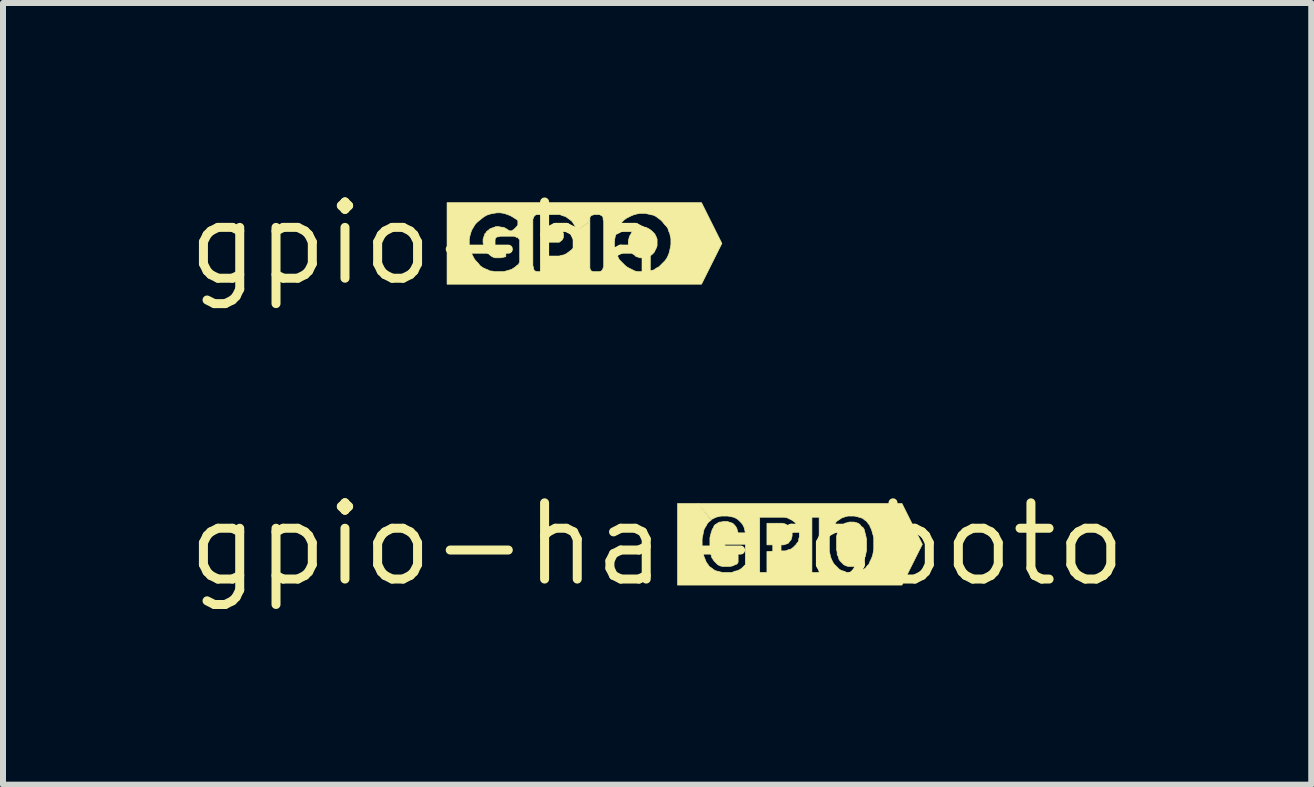
<source format=kicad_pcb>
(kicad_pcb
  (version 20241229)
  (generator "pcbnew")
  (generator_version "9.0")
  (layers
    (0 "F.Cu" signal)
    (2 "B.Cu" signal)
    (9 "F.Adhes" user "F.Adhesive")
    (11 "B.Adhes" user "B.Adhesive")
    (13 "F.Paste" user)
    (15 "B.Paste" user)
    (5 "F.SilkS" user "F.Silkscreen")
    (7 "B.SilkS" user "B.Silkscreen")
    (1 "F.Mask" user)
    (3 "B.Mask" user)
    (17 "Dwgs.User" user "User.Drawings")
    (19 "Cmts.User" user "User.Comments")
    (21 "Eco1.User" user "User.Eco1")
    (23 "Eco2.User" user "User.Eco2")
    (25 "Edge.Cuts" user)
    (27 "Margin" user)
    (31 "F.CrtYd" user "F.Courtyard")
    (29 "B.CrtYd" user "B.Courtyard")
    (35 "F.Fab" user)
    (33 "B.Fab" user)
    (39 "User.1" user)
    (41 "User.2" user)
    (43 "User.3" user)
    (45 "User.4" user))
  (footprint "gpio-ha-roboto"
    (layer "F.Cu")
    (at 7.899 6.019)
    (property "Reference" "gpio-ha-roboto" (at 0 0 0) (layer "F.SilkS") (effects (font (size 1.27 1.27) (thickness 0.15))))
    (attr board_only exclude_from_pos_files exclude_from_bom)
    (fp_poly (pts (xy 1.83 0.01) (xy 2.05 0.01) (xy 2.08 0.01) (xy 2.11 0.01) (xy 2.14 0) (xy 2.17 -0.01) (xy 2.19 -0.02) (xy 2.21 -0.05) (xy 2.23 -0.07) (xy 2.24 -0.1) (xy 2.25 -0.14) (xy 2.25 -0.18) (xy 2.24 -0.22) (xy 2.23 -0.25) (xy 2.22 -0.28) (xy 2.19 -0.3) (xy 2.17 -0.32) (xy 2.13 -0.34) (xy 2.09 -0.35) (xy 2.05 -0.35) (xy 1.83 -0.35) (xy 1.83 0.01)) (stroke (width 0.01) (type solid)) (fill yes) (layer "F.SilkS"))
    (fp_poly (pts (xy 3.49 -0.03) (xy 3.49 -0.08) (xy 3.48 -0.13) (xy 3.47 -0.17) (xy 3.46 -0.21) (xy 3.45 -0.25) (xy 3.43 -0.28) (xy 3.4 -0.3) (xy 3.38 -0.33) (xy 3.35 -0.35) (xy 3.32 -0.36) (xy 3.28 -0.37) (xy 3.24 -0.37) (xy 3.2 -0.37) (xy 3.17 -0.36) (xy 3.13 -0.35) (xy 3.1 -0.33) (xy 3.08 -0.31) (xy 3.06 -0.29) (xy 3.04 -0.26) (xy 3.03 -0.24) (xy 3.01 -0.2) (xy 3 -0.17) (xy 2.99 -0.13) (xy 2.99 -0.09) (xy 2.99 -0.05) (xy 2.99 0.05) (xy 2.99 0.09) (xy 3 0.13) (xy 3 0.17) (xy 3.02 0.21) (xy 3.03 0.25) (xy 3.05 0.28) (xy 3.08 0.31) (xy 3.11 0.34) (xy 3.15 0.36) (xy 3.19 0.37) (xy 3.22 0.37) (xy 3.24 0.37) (xy 3.27 0.37) (xy 3.29 0.37) (xy 3.32 0.36) (xy 3.34 0.35) (xy 3.36 0.34) (xy 3.38 0.33) (xy 3.4 0.31) (xy 3.43 0.28) (xy 3.45 0.24) (xy 3.47 0.2) (xy 3.48 0.15) (xy 3.49 0.1) (xy 3.49 0.05) (xy 3.49 -0.03)) (stroke (width 0.01) (type solid)) (fill yes) (layer "F.SilkS"))
    (fp_poly (pts (xy 0.68 -0.68) (xy 0.34 -0.68) (xy 0.34 0.68) (xy 4.08 0.68) (xy 4.42 0) (xy 4.08 -0.68) (xy 0.68 -0.68) (xy 0.9 -0.41) (xy 0.94 -0.43) (xy 0.98 -0.45) (xy 1.02 -0.46) (xy 1.07 -0.47) (xy 1.12 -0.47) (xy 1.18 -0.47) (xy 1.23 -0.46) (xy 1.28 -0.45) (xy 1.32 -0.43) (xy 1.35 -0.41) (xy 1.38 -0.38) (xy 1.41 -0.35) (xy 1.43 -0.32) (xy 1.45 -0.28) (xy 1.46 -0.24) (xy 1.47 -0.19) (xy 1.35 -0.19) (xy 1.34 -0.22) (xy 1.33 -0.26) (xy 1.32 -0.28) (xy 1.3 -0.31) (xy 1.28 -0.33) (xy 1.26 -0.35) (xy 1.23 -0.36) (xy 1.2 -0.37) (xy 1.17 -0.38) (xy 1.14 -0.38) (xy 1.1 -0.38) (xy 1.07 -0.37) (xy 1.04 -0.37) (xy 1.02 -0.36) (xy 0.99 -0.34) (xy 0.97 -0.33) (xy 0.95 -0.31) (xy 0.94 -0.28) (xy 0.92 -0.25) (xy 0.91 -0.22) (xy 0.9 -0.19) (xy 0.89 -0.15) (xy 0.88 -0.11) (xy 0.88 -0.07) (xy 0.88 0.06) (xy 0.88 0.1) (xy 0.89 0.14) (xy 0.9 0.18) (xy 0.91 0.22) (xy 0.93 0.25) (xy 0.95 0.28) (xy 0.98 0.31) (xy 1.01 0.34) (xy 1.05 0.36) (xy 1.09 0.37) (xy 1.14 0.37) (xy 1.21 0.37) (xy 1.26 0.36) (xy 1.28 0.35) (xy 1.3 0.34) (xy 1.33 0.33) (xy 1.35 0.3) (xy 1.35 0.1) (xy 1.13 0.1) (xy 1.13 0) (xy 1.47 0) (xy 1.47 0.34) (xy 1.71 0.47) (xy 1.71 -0.45) (xy 2.05 -0.45) (xy 2.12 -0.45) (xy 2.17 -0.44) (xy 2.21 -0.42) (xy 2.25 -0.4) (xy 2.29 -0.37) (xy 2.31 -0.35) (xy 2.32 -0.33) (xy 2.34 -0.31) (xy 2.58 -0.45) (xy 2.7 -0.45) (xy 2.95 -0.32) (xy 2.97 -0.35) (xy 2.99 -0.38) (xy 3.02 -0.4) (xy 3.05 -0.42) (xy 3.08 -0.44) (xy 3.11 -0.45) (xy 3.14 -0.46) (xy 3.18 -0.47) (xy 3.22 -0.47) (xy 3.26 -0.47) (xy 3.29 -0.47) (xy 3.33 -0.46) (xy 3.37 -0.45) (xy 3.4 -0.44) (xy 3.43 -0.43) (xy 3.45 -0.41) (xy 3.48 -0.39) (xy 3.5 -0.37) (xy 3.52 -0.34) (xy 3.54 -0.32) (xy 3.55 -0.29) (xy 3.57 -0.25) (xy 3.58 -0.22) (xy 3.59 -0.18) (xy 3.6 -0.15) (xy 3.61 -0.11) (xy 3.61 -0.07) (xy 3.61 0.03) (xy 3.61 0.08) (xy 3.6 0.14) (xy 3.59 0.19) (xy 3.57 0.24) (xy 3.55 0.28) (xy 3.53 0.33) (xy 3.5 0.36) (xy 3.47 0.4) (xy 3.43 0.42) (xy 3.39 0.44) (xy 3.35 0.46) (xy 3.31 0.47) (xy 3.26 0.47) (xy 3.21 0.47) (xy 3.16 0.47) (xy 3.12 0.45) (xy 3.08 0.44) (xy 3.04 0.42) (xy 3.01 0.39) (xy 2.98 0.36) (xy 2.95 0.33) (xy 2.93 0.3) (xy 2.91 0.26) (xy 2.89 0.21) (xy 2.88 0.16) (xy 2.87 0.11) (xy 2.87 0.05) (xy 2.87 -0.03) (xy 2.87 -0.08) (xy 2.87 -0.13) (xy 2.88 -0.18) (xy 2.89 -0.22) (xy 2.91 -0.26) (xy 2.93 -0.29) (xy 2.95 -0.32) (xy 2.7 -0.45) (xy 2.7 0.47) (xy 2.58 0.47) (xy 2.58 -0.45) (xy 2.34 -0.31) (xy 2.35 -0.29) (xy 2.36 -0.27) (xy 2.36 -0.24) (xy 2.37 -0.21) (xy 2.37 -0.18) (xy 2.37 -0.15) (xy 2.37 -0.12) (xy 2.36 -0.09) (xy 2.36 -0.07) (xy 2.35 -0.04) (xy 2.33 -0.02) (xy 2.32 0) (xy 2.3 0.02) (xy 2.27 0.05) (xy 2.23 0.08) (xy 2.19 0.09) (xy 2.14 0.11) (xy 2.1 0.11) (xy 2.06 0.11) (xy 1.83 0.12) (xy 1.83 0.47) (xy 1.71 0.47) (xy 1.47 0.34) (xy 1.44 0.37) (xy 1.41 0.4) (xy 1.38 0.42) (xy 1.34 0.44) (xy 1.29 0.45) (xy 1.25 0.47) (xy 1.19 0.47) (xy 1.14 0.47) (xy 1.09 0.47) (xy 1.05 0.46) (xy 1.01 0.45) (xy 0.97 0.44) (xy 0.94 0.42) (xy 0.9 0.39) (xy 0.87 0.37) (xy 0.85 0.34) (xy 0.82 0.3) (xy 0.8 0.25) (xy 0.78 0.2) (xy 0.77 0.15) (xy 0.76 0.1) (xy 0.75 0.04) (xy 0.75 -0.05) (xy 0.75 -0.09) (xy 0.76 -0.14) (xy 0.77 -0.19) (xy 0.78 -0.24) (xy 0.8 -0.28) (xy 0.82 -0.31) (xy 0.84 -0.35) (xy 0.87 -0.38) (xy 0.9 -0.4) (xy 0.68 -0.68)) (stroke (width 0.01) (type solid)) (fill yes) (layer "F.SilkS")))
  (footprint "gpio-ha"
    (layer "F.Cu")
    (at 4.059 1.006)
    (property "Reference" "gpio-ha" (at 0 0 0) (layer "F.SilkS") (effects (font (size 1.27 1.27) (thickness 0.15))))
    (attr board_only exclude_from_pos_files exclude_from_bom)
    (fp_poly (pts (xy 2.21 -0.02) (xy 2.25 -0.05) (xy 2.26 -0.06) (xy 2.27 -0.08) (xy 2.28 -0.1) (xy 2.28 -0.13) (xy 2.28 -0.16) (xy 2.27 -0.19) (xy 2.26 -0.21) (xy 2.24 -0.22) (xy 2.22 -0.24) (xy 2.2 -0.24) (xy 2.18 -0.25) (xy 2.17 -0.25) (xy 2 -0.25) (xy 2 -0.02) (xy 2.21 -0.02)) (stroke (width 0.01) (type solid)) (fill yes) (layer "F.SilkS"))
    (fp_poly (pts (xy 3.36 0.1) (xy 3.44 0.18) (xy 3.46 0.19) (xy 3.49 0.22) (xy 3.53 0.23) (xy 3.55 0.24) (xy 3.58 0.24) (xy 3.6 0.24) (xy 3.62 0.24) (xy 3.65 0.24) (xy 3.67 0.23) (xy 3.69 0.23) (xy 3.71 0.22) (xy 3.73 0.2) (xy 3.75 0.19) (xy 3.77 0.17) (xy 3.79 0.15) (xy 3.8 0.13) (xy 3.81 0.11) (xy 3.82 0.09) (xy 3.83 0.07) (xy 3.84 0.04) (xy 3.84 0.02) (xy 3.84 -0.01) (xy 3.84 -0.04) (xy 3.84 -0.07) (xy 3.83 -0.1) (xy 3.82 -0.12) (xy 3.81 -0.14) (xy 3.8 -0.16) (xy 3.78 -0.18) (xy 3.75 -0.21) (xy 3.71 -0.24) (xy 3.69 -0.25) (xy 3.67 -0.26) (xy 3.65 -0.27) (xy 3.62 -0.27) (xy 3.6 -0.27) (xy 3.58 -0.27) (xy 3.56 -0.27) (xy 3.53 -0.26) (xy 3.51 -0.25) (xy 3.49 -0.24) (xy 3.46 -0.22) (xy 3.42 -0.19) (xy 3.4 -0.15) (xy 3.38 -0.12) (xy 3.37 -0.08) (xy 3.36 -0.04) (xy 3.36 0.1)) (stroke (width 0.01) (type solid)) (fill yes) (layer "F.SilkS"))
    (fp_poly (pts (xy 0.68 -0.68) (xy 0.34 -0.68) (xy 0.34 0.68) (xy 4.58 0.68) (xy 4.92 0) (xy 4.58 -0.68) (xy 0.68 -0.68) (xy 0.9 -0.4) (xy 0.95 -0.44) (xy 1 -0.47) (xy 1.06 -0.49) (xy 1.11 -0.5) (xy 1.17 -0.51) (xy 1.23 -0.51) (xy 1.29 -0.5) (xy 1.35 -0.48) (xy 1.4 -0.46) (xy 1.45 -0.43) (xy 1.48 -0.41) (xy 1.5 -0.4) (xy 1.52 -0.38) (xy 1.52 -0.36) (xy 1.52 -0.34) (xy 1.52 -0.31) (xy 1.5 -0.28) (xy 1.48 -0.26) (xy 1.45 -0.23) (xy 1.43 -0.22) (xy 1.42 -0.21) (xy 1.4 -0.21) (xy 1.38 -0.21) (xy 1.35 -0.23) (xy 1.3 -0.26) (xy 1.27 -0.27) (xy 1.25 -0.27) (xy 1.2 -0.28) (xy 1.15 -0.28) (xy 1.13 -0.27) (xy 1.1 -0.26) (xy 1.07 -0.25) (xy 1.05 -0.24) (xy 1.03 -0.22) (xy 1 -0.2) (xy 0.99 -0.18) (xy 0.97 -0.16) (xy 0.96 -0.13) (xy 0.95 -0.1) (xy 0.94 -0.07) (xy 0.94 -0.04) (xy 0.94 -0.01) (xy 0.95 0.02) (xy 0.95 0.05) (xy 0.96 0.08) (xy 0.98 0.11) (xy 0.99 0.14) (xy 1.01 0.16) (xy 1.04 0.18) (xy 1.06 0.2) (xy 1.09 0.22) (xy 1.11 0.23) (xy 1.14 0.24) (xy 1.18 0.24) (xy 1.23 0.24) (xy 1.28 0.23) (xy 1.32 0.22) (xy 1.32 0.07) (xy 1.21 0.07) (xy 1.18 0.07) (xy 1.17 0.07) (xy 1.16 0.06) (xy 1.15 0.05) (xy 1.14 0.04) (xy 1.14 0.01) (xy 1.14 -0.04) (xy 1.14 -0.06) (xy 1.15 -0.09) (xy 1.16 -0.1) (xy 1.18 -0.11) (xy 1.2 -0.11) (xy 1.23 -0.12) (xy 1.46 -0.12) (xy 1.48 -0.11) (xy 1.5 -0.1) (xy 1.52 -0.1) (xy 1.53 -0.08) (xy 1.54 -0.07) (xy 1.55 -0.06) (xy 1.55 -0.04) (xy 1.55 -0.02) (xy 1.55 0.29) (xy 1.55 0.31) (xy 1.77 0.37) (xy 1.77 -0.41) (xy 1.78 -0.42) (xy 1.78 -0.43) (xy 1.79 -0.45) (xy 1.8 -0.46) (xy 1.81 -0.47) (xy 1.83 -0.48) (xy 1.86 -0.48) (xy 1.89 -0.48) (xy 2.18 -0.48) (xy 2.22 -0.48) (xy 2.27 -0.46) (xy 2.31 -0.45) (xy 2.34 -0.43) (xy 2.38 -0.4) (xy 2.42 -0.37) (xy 2.44 -0.34) (xy 2.46 -0.31) (xy 2.51 -0.22) (xy 2.72 -0.37) (xy 2.72 -0.41) (xy 2.72 -0.43) (xy 2.73 -0.45) (xy 2.74 -0.46) (xy 2.75 -0.47) (xy 2.76 -0.47) (xy 2.79 -0.48) (xy 2.82 -0.48) (xy 2.85 -0.48) (xy 2.88 -0.48) (xy 2.9 -0.47) (xy 2.92 -0.46) (xy 2.93 -0.45) (xy 2.94 -0.43) (xy 2.94 -0.4) (xy 2.95 -0.37) (xy 3.18 -0.24) (xy 3.2 -0.28) (xy 3.23 -0.32) (xy 3.25 -0.35) (xy 3.29 -0.39) (xy 3.33 -0.42) (xy 3.37 -0.44) (xy 3.41 -0.46) (xy 3.46 -0.48) (xy 3.5 -0.49) (xy 3.55 -0.5) (xy 3.6 -0.5) (xy 3.64 -0.5) (xy 3.69 -0.49) (xy 3.73 -0.48) (xy 3.78 -0.47) (xy 3.82 -0.45) (xy 3.86 -0.42) (xy 3.9 -0.39) (xy 3.93 -0.36) (xy 3.96 -0.32) (xy 3.99 -0.29) (xy 4.02 -0.25) (xy 4.03 -0.21) (xy 4.05 -0.17) (xy 4.06 -0.12) (xy 4.07 -0.08) (xy 4.07 -0.03) (xy 4.07 0.02) (xy 4.06 0.07) (xy 4.05 0.12) (xy 4.04 0.16) (xy 4.02 0.21) (xy 4 0.25) (xy 3.97 0.29) (xy 3.94 0.32) (xy 3.9 0.36) (xy 3.87 0.39) (xy 3.83 0.41) (xy 3.79 0.44) (xy 3.75 0.45) (xy 3.7 0.46) (xy 3.66 0.47) (xy 3.61 0.47) (xy 3.56 0.47) (xy 3.52 0.47) (xy 3.47 0.46) (xy 3.43 0.44) (xy 3.39 0.42) (xy 3.35 0.4) (xy 3.31 0.37) (xy 3.28 0.34) (xy 3.24 0.3) (xy 3.21 0.27) (xy 3.19 0.23) (xy 3.17 0.18) (xy 3.15 0.14) (xy 3.14 0.1) (xy 3.13 0.05) (xy 3.13 0) (xy 3.13 -0.05) (xy 3.14 -0.1) (xy 3.15 -0.15) (xy 3.16 -0.19) (xy 3.18 -0.24) (xy 2.95 -0.37) (xy 2.95 0.39) (xy 2.94 0.41) (xy 2.93 0.44) (xy 2.92 0.45) (xy 2.91 0.46) (xy 2.88 0.47) (xy 2.85 0.47) (xy 2.82 0.47) (xy 2.79 0.47) (xy 2.77 0.47) (xy 2.75 0.46) (xy 2.73 0.45) (xy 2.73 0.43) (xy 2.72 0.42) (xy 2.72 0.39) (xy 2.72 0.36) (xy 2.72 -0.36) (xy 2.51 -0.22) (xy 2.51 -0.1) (xy 2.51 -0.06) (xy 2.5 -0.03) (xy 2.48 0.01) (xy 2.46 0.05) (xy 2.44 0.08) (xy 2.41 0.11) (xy 2.37 0.14) (xy 2.33 0.17) (xy 2.29 0.19) (xy 2.24 0.2) (xy 2.21 0.21) (xy 2.18 0.21) (xy 2 0.21) (xy 2 0.38) (xy 2 0.42) (xy 1.99 0.44) (xy 1.99 0.45) (xy 1.97 0.46) (xy 1.95 0.47) (xy 1.92 0.47) (xy 1.89 0.47) (xy 1.86 0.47) (xy 1.83 0.47) (xy 1.81 0.46) (xy 1.79 0.45) (xy 1.79 0.44) (xy 1.78 0.42) (xy 1.78 0.4) (xy 1.77 0.37) (xy 1.55 0.31) (xy 1.54 0.33) (xy 1.53 0.35) (xy 1.5 0.37) (xy 1.48 0.39) (xy 1.45 0.41) (xy 1.42 0.43) (xy 1.39 0.44) (xy 1.36 0.45) (xy 1.32 0.46) (xy 1.29 0.47) (xy 1.25 0.47) (xy 1.2 0.47) (xy 1.16 0.47) (xy 1.13 0.47) (xy 1.09 0.46) (xy 1.06 0.46) (xy 1.02 0.44) (xy 0.97 0.42) (xy 0.93 0.4) (xy 0.89 0.37) (xy 0.86 0.33) (xy 0.82 0.29) (xy 0.79 0.25) (xy 0.77 0.21) (xy 0.75 0.17) (xy 0.73 0.13) (xy 0.72 0.08) (xy 0.71 0.03) (xy 0.71 -0.02) (xy 0.71 -0.07) (xy 0.72 -0.12) (xy 0.73 -0.16) (xy 0.75 -0.22) (xy 0.78 -0.27) (xy 0.81 -0.32) (xy 0.85 -0.36) (xy 0.9 -0.4) (xy 0.68 -0.68)) (stroke (width 0.01) (type solid)) (fill yes) (layer "F.SilkS")))
  (gr_rect
    (start -3 -3)
    (end 18.799 10.025)
    (stroke (width 0.1) (type default))
    (fill no)
    (layer "Edge.Cuts")))
</source>
